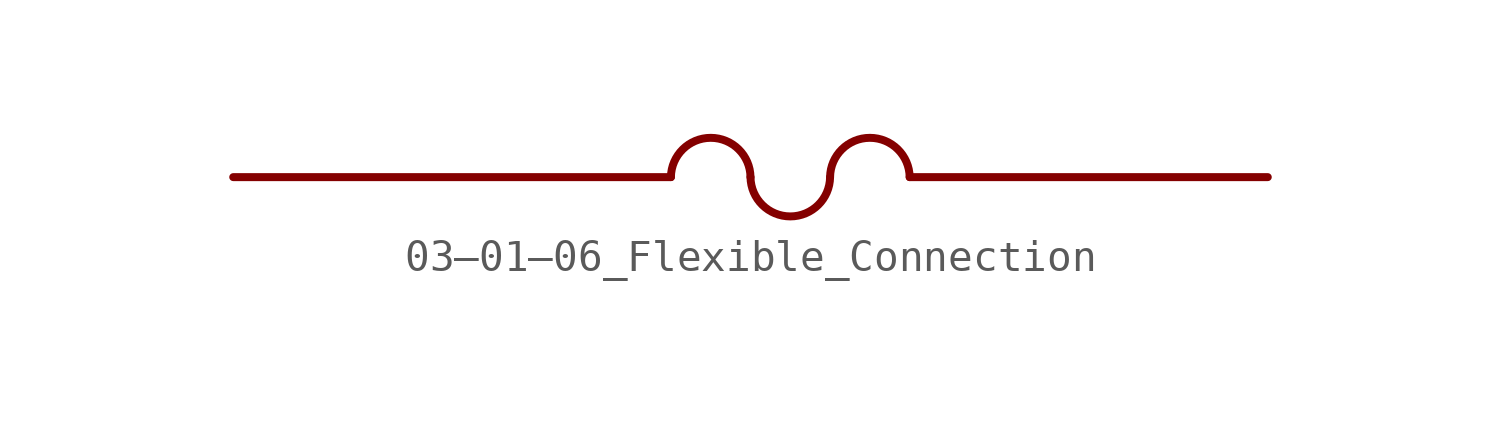
<source format=kicad_sym>
(kicad_symbol_lib
  (version 20201005)
  (generator kicad_symbol_editor)
  (symbol "Symbol_IEC_60617-3:03–01–06_Flexible_Connection"
    (pin_numbers hide)
    (pin_names
      (offset 0) hide)
    (property "Reference" "#SYM"
      (at 0 7.62 0)
      (effects (font (size 1.27 1.27)) hide))
    (symbol "03–01–06_Flexible_Connection_0_1"
      (arc (start -1.27 0) (end 1.27 0) (radius (at 0 -0.0159) (length 1.2701) (angles 179.3 0.7)) (stroke (width 0.254)) (fill (type none)))
      (arc (start 1.27 0) (end 3.81 0) (radius (at 2.54 0.0159) (length 1.2701) (angles -179.3 -0.7)) (stroke (width 0.254)) (fill (type none)))
      (arc (start 3.81 0) (end 6.35 0) (radius (at 5.08 -0.0159) (length 1.2701) (angles 179.3 0.7)) (stroke (width 0.254)) (fill (type none)))
      (polyline (pts (xy -1.27 0) (xy -15.24 0)) (stroke (width 0.254)) (fill (type none)))
      (polyline (pts (xy 6.35 0) (xy 17.78 0)) (stroke (width 0.254)) (fill (type none))))))
</source>
